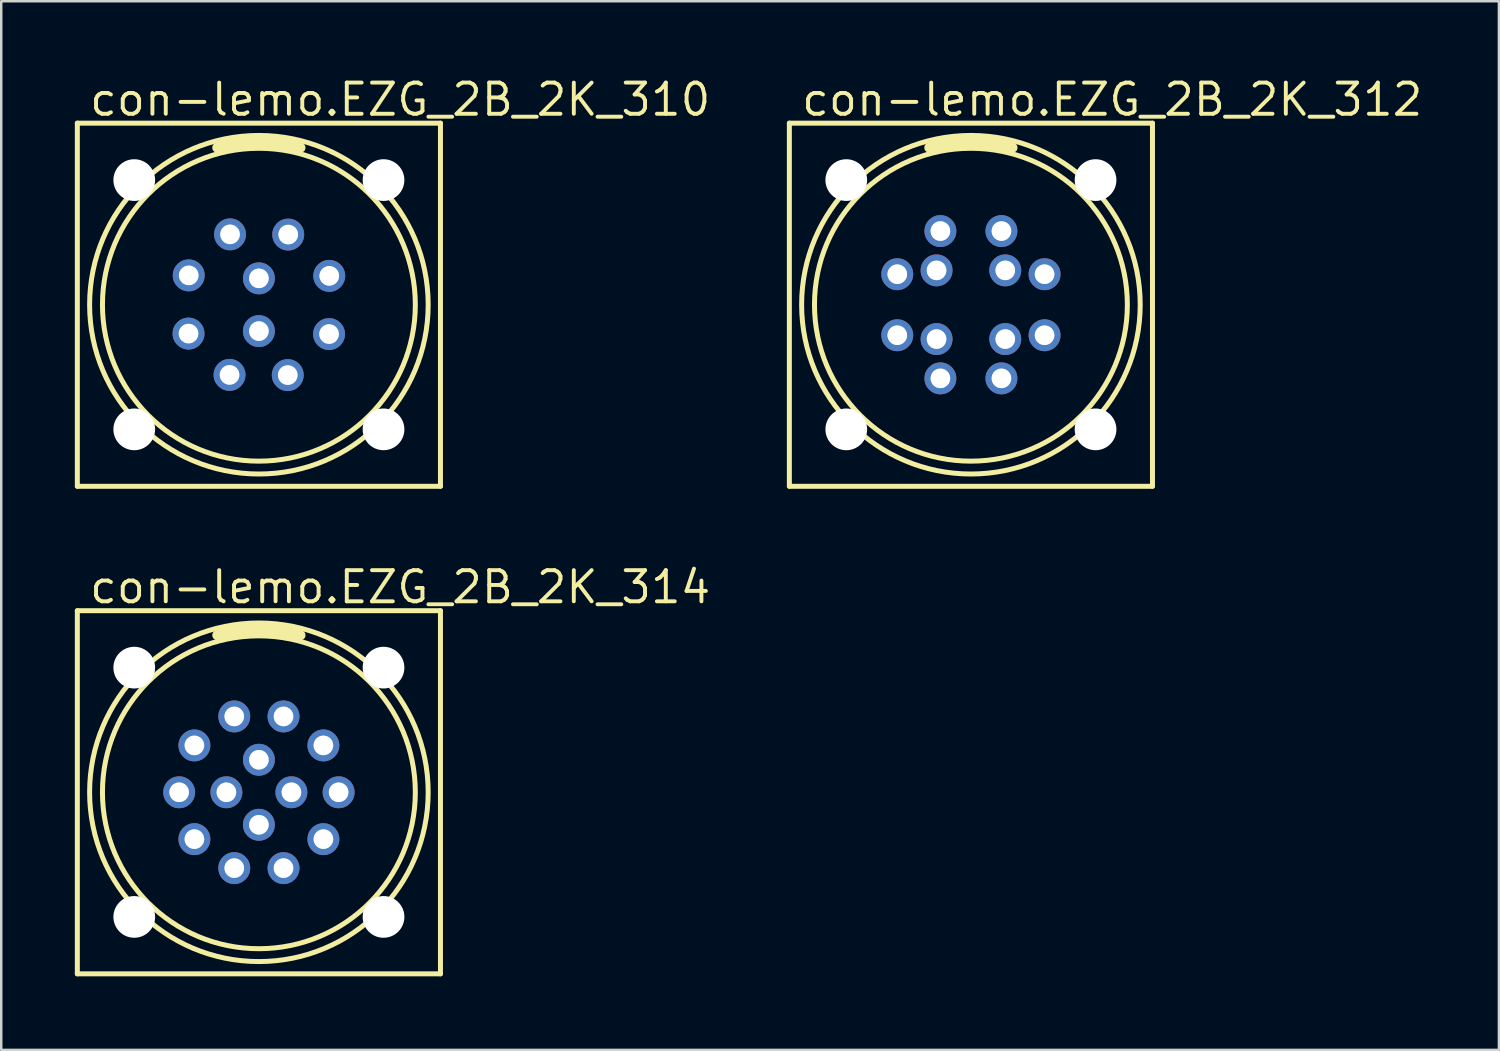
<source format=kicad_pcb>
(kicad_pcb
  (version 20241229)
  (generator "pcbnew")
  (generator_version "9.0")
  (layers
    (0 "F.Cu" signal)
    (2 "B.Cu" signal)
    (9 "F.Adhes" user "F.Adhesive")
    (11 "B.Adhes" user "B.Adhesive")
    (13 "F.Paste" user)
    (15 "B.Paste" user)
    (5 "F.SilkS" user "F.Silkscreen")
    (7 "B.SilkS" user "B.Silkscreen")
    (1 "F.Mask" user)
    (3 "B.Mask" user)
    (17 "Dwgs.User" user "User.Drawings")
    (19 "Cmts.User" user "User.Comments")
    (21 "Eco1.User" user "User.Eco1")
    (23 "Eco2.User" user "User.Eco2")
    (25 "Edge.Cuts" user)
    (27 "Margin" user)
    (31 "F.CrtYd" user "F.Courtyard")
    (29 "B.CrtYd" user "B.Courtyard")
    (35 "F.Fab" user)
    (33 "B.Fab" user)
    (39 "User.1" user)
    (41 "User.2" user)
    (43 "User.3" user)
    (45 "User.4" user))
  (footprint "con-lemo.EZG_2B_2K_310"
    (layer "F.Cu")
    (at 7.502 9.37)
    (property "Reference" "con-lemo.EZG_2B_2K_310" (at -6.985 -7.62 0) (layer "F.SilkS") (effects (font (size 1.27 1.27) (thickness 0.16)) (justify left bottom)))
    (attr through_hole)
    (fp_line (start -7.4 -7.4) (end 7.4 -7.4) (stroke (width 0.203) (type default)) (layer "F.SilkS"))
    (fp_line (start -7.4 7.4) (end -7.4 -7.4) (stroke (width 0.203) (type default)) (layer "F.SilkS"))
    (fp_line (start 7.4 -7.4) (end 7.4 7.4) (stroke (width 0.203) (type default)) (layer "F.SilkS"))
    (fp_line (start 7.4 7.4) (end -7.4 7.4) (stroke (width 0.203) (type default)) (layer "F.SilkS"))
    (fp_arc (start -1.7 -6.4) (mid 0 -6.650475) (end 1.7 -6.4) (stroke (width 0.4) (type default)) (layer "F.SilkS"))
    (fp_circle (center 0 0) (end 6.376 0) (stroke (width 0.203) (type default)) (fill no) (layer "F.SilkS"))
    (fp_circle (center 0 0) (end 6.9 0) (stroke (width 0.203) (type default)) (fill no) (layer "F.SilkS"))
    (fp_circle (center -2.868 1.176) (end -2.57 1.176) (stroke (width 0.203) (type default)) (fill no) (layer "F.Fab"))
    (fp_circle (center -2.86 -1.196) (end -2.561 -1.196) (stroke (width 0.203) (type default)) (fill no) (layer "F.Fab"))
    (fp_circle (center -1.196 2.86) (end -0.898 2.86) (stroke (width 0.203) (type default)) (fill no) (layer "F.Fab"))
    (fp_circle (center -1.176 -2.868) (end -0.878 -2.868) (stroke (width 0.203) (type default)) (fill no) (layer "F.Fab"))
    (fp_circle (center 0 -1.075) (end 0.298 -1.075) (stroke (width 0.203) (type default)) (fill no) (layer "F.Fab"))
    (fp_circle (center 0 1.075) (end 0.298 1.075) (stroke (width 0.203) (type default)) (fill no) (layer "F.Fab"))
    (fp_circle (center 1.176 2.868) (end 1.475 2.868) (stroke (width 0.203) (type default)) (fill no) (layer "F.Fab"))
    (fp_circle (center 1.196 -2.86) (end 1.495 -2.86) (stroke (width 0.203) (type default)) (fill no) (layer "F.Fab"))
    (fp_circle (center 2.86 1.196) (end 3.158 1.196) (stroke (width 0.203) (type default)) (fill no) (layer "F.Fab"))
    (fp_circle (center 2.868 -1.176) (end 3.167 -1.176) (stroke (width 0.203) (type default)) (fill no) (layer "F.Fab"))
    (pad "" np_thru_hole circle (at -5.08 -5.08) (size 1.7 1.7) (drill 1.7) (layers "*.Cu" "*.Mask"))
    (pad "" np_thru_hole circle (at -5.08 5.08) (size 1.7 1.7) (drill 1.7) (layers "*.Cu" "*.Mask"))
    (pad "" np_thru_hole circle (at 5.08 -5.08) (size 1.7 1.7) (drill 1.7) (layers "*.Cu" "*.Mask"))
    (pad "" np_thru_hole circle (at 5.08 5.08) (size 1.7 1.7) (drill 1.7) (layers "*.Cu" "*.Mask"))
    (pad "1" thru_hole circle (at -1.176 -2.868 112.3) (size 1.3 1.3) (drill 0.8) (layers "*.Cu" "*.Mask"))
    (pad "2" thru_hole circle (at -2.86 -1.196 157.3) (size 1.3 1.3) (drill 0.8) (layers "*.Cu" "*.Mask"))
    (pad "3" thru_hole circle (at -2.868 1.176 202.3) (size 1.3 1.3) (drill 0.8) (layers "*.Cu" "*.Mask"))
    (pad "4" thru_hole circle (at -1.196 2.86 247.3) (size 1.3 1.3) (drill 0.8) (layers "*.Cu" "*.Mask"))
    (pad "5" thru_hole circle (at 1.176 2.868 292.3) (size 1.3 1.3) (drill 0.8) (layers "*.Cu" "*.Mask"))
    (pad "6" thru_hole circle (at 2.86 1.196 337.3) (size 1.3 1.3) (drill 0.8) (layers "*.Cu" "*.Mask"))
    (pad "7" thru_hole circle (at 2.868 -1.176 22.3) (size 1.3 1.3) (drill 0.8) (layers "*.Cu" "*.Mask"))
    (pad "8" thru_hole circle (at 1.196 -2.86 67.3) (size 1.3 1.3) (drill 0.8) (layers "*.Cu" "*.Mask"))
    (pad "9" thru_hole circle (at 0 -1.075 22.3) (size 1.3 1.3) (drill 0.8) (layers "*.Cu" "*.Mask"))
    (pad "10" thru_hole circle (at 0 1.075 22.3) (size 1.3 1.3) (drill 0.8) (layers "*.Cu" "*.Mask")))
  (footprint "con-lemo.EZG_2B_2K_312"
    (layer "F.Cu")
    (at 36.523 9.37)
    (property "Reference" "con-lemo.EZG_2B_2K_312" (at -6.985 -7.62 0) (layer "F.SilkS") (effects (font (size 1.27 1.27) (thickness 0.16)) (justify left bottom)))
    (attr through_hole)
    (fp_line (start -7.4 -7.4) (end 7.4 -7.4) (stroke (width 0.203) (type default)) (layer "F.SilkS"))
    (fp_line (start -7.4 7.4) (end -7.4 -7.4) (stroke (width 0.203) (type default)) (layer "F.SilkS"))
    (fp_line (start 7.4 -7.4) (end 7.4 7.4) (stroke (width 0.203) (type default)) (layer "F.SilkS"))
    (fp_line (start 7.4 7.4) (end -7.4 7.4) (stroke (width 0.203) (type default)) (layer "F.SilkS"))
    (fp_arc (start -1.7 -6.4) (mid 0 -6.650475) (end 1.7 -6.4) (stroke (width 0.4) (type default)) (layer "F.SilkS"))
    (fp_circle (center 0 0) (end 6.376 0) (stroke (width 0.203) (type default)) (fill no) (layer "F.SilkS"))
    (fp_circle (center 0 0) (end 6.9 0) (stroke (width 0.203) (type default)) (fill no) (layer "F.SilkS"))
    (fp_circle (center -3.002 -1.244) (end -2.704 -1.244) (stroke (width 0.203) (type default)) (fill no) (layer "F.Fab"))
    (fp_circle (center -3.002 1.244) (end -2.704 1.244) (stroke (width 0.203) (type default)) (fill no) (layer "F.Fab"))
    (fp_circle (center -1.4 -1.4) (end -1.102 -1.4) (stroke (width 0.203) (type default)) (fill no) (layer "F.Fab"))
    (fp_circle (center -1.4 1.4) (end -1.102 1.4) (stroke (width 0.203) (type default)) (fill no) (layer "F.Fab"))
    (fp_circle (center -1.244 3.002) (end -0.945 3.002) (stroke (width 0.203) (type default)) (fill no) (layer "F.Fab"))
    (fp_circle (center -1.244 -3.002) (end -0.945 -3.002) (stroke (width 0.203) (type default)) (fill no) (layer "F.Fab"))
    (fp_circle (center 1.244 3.002) (end 1.542 3.002) (stroke (width 0.203) (type default)) (fill no) (layer "F.Fab"))
    (fp_circle (center 1.244 -3.002) (end 1.542 -3.002) (stroke (width 0.203) (type default)) (fill no) (layer "F.Fab"))
    (fp_circle (center 1.4 -1.4) (end 1.698 -1.4) (stroke (width 0.203) (type default)) (fill no) (layer "F.Fab"))
    (fp_circle (center 1.4 1.4) (end 1.698 1.4) (stroke (width 0.203) (type default)) (fill no) (layer "F.Fab"))
    (fp_circle (center 3.002 -1.244) (end 3.301 -1.244) (stroke (width 0.203) (type default)) (fill no) (layer "F.Fab"))
    (fp_circle (center 3.002 1.244) (end 3.301 1.244) (stroke (width 0.203) (type default)) (fill no) (layer "F.Fab"))
    (pad "" np_thru_hole circle (at -5.08 -5.08) (size 1.7 1.7) (drill 1.7) (layers "*.Cu" "*.Mask"))
    (pad "" np_thru_hole circle (at -5.08 5.08) (size 1.7 1.7) (drill 1.7) (layers "*.Cu" "*.Mask"))
    (pad "" np_thru_hole circle (at 5.08 -5.08) (size 1.7 1.7) (drill 1.7) (layers "*.Cu" "*.Mask"))
    (pad "" np_thru_hole circle (at 5.08 5.08) (size 1.7 1.7) (drill 1.7) (layers "*.Cu" "*.Mask"))
    (pad "1" thru_hole circle (at -1.244 -3.002 112.5) (size 1.3 1.3) (drill 0.8) (layers "*.Cu" "*.Mask"))
    (pad "2" thru_hole circle (at -3.002 -1.244 157.5) (size 1.3 1.3) (drill 0.8) (layers "*.Cu" "*.Mask"))
    (pad "3" thru_hole circle (at -3.002 1.244 202.5) (size 1.3 1.3) (drill 0.8) (layers "*.Cu" "*.Mask"))
    (pad "4" thru_hole circle (at -1.244 3.002 247.5) (size 1.3 1.3) (drill 0.8) (layers "*.Cu" "*.Mask"))
    (pad "5" thru_hole circle (at 1.244 3.002 292.5) (size 1.3 1.3) (drill 0.8) (layers "*.Cu" "*.Mask"))
    (pad "6" thru_hole circle (at 3.002 1.244 337.5) (size 1.3 1.3) (drill 0.8) (layers "*.Cu" "*.Mask"))
    (pad "7" thru_hole circle (at 3.002 -1.244 22.5) (size 1.3 1.3) (drill 0.8) (layers "*.Cu" "*.Mask"))
    (pad "8" thru_hole circle (at 1.244 -3.002 67.5) (size 1.3 1.3) (drill 0.8) (layers "*.Cu" "*.Mask"))
    (pad "9" thru_hole circle (at -1.4 -1.4 67.5) (size 1.3 1.3) (drill 0.8) (layers "*.Cu" "*.Mask"))
    (pad "10" thru_hole circle (at -1.4 1.4 67.5) (size 1.3 1.3) (drill 0.8) (layers "*.Cu" "*.Mask"))
    (pad "11" thru_hole circle (at 1.4 1.4 67.5) (size 1.3 1.3) (drill 0.8) (layers "*.Cu" "*.Mask"))
    (pad "12" thru_hole circle (at 1.4 -1.4 67.5) (size 1.3 1.3) (drill 0.8) (layers "*.Cu" "*.Mask")))
  (footprint "con-lemo.EZG_2B_2K_314"
    (layer "F.Cu")
    (at 7.502 29.242)
    (property "Reference" "con-lemo.EZG_2B_2K_314" (at -6.985 -7.62 0) (layer "F.SilkS") (effects (font (size 1.27 1.27) (thickness 0.16)) (justify left bottom)))
    (attr through_hole)
    (fp_line (start -7.4 -7.4) (end 7.4 -7.4) (stroke (width 0.203) (type default)) (layer "F.SilkS"))
    (fp_line (start -7.4 7.4) (end -7.4 -7.4) (stroke (width 0.203) (type default)) (layer "F.SilkS"))
    (fp_line (start 7.4 -7.4) (end 7.4 7.4) (stroke (width 0.203) (type default)) (layer "F.SilkS"))
    (fp_line (start 7.4 7.4) (end -7.4 7.4) (stroke (width 0.203) (type default)) (layer "F.SilkS"))
    (fp_arc (start -1.7 -6.4) (mid 0 -6.650475) (end 1.7 -6.4) (stroke (width 0.4) (type default)) (layer "F.SilkS"))
    (fp_circle (center 0 0) (end 6.376 0) (stroke (width 0.203) (type default)) (fill no) (layer "F.SilkS"))
    (fp_circle (center 0 0) (end 6.9 0) (stroke (width 0.203) (type default)) (fill no) (layer "F.SilkS"))
    (fp_circle (center -3.25 0) (end -2.951 0) (stroke (width 0.203) (type default)) (fill no) (layer "F.Fab"))
    (fp_circle (center -2.629 -1.91) (end -2.331 -1.91) (stroke (width 0.203) (type default)) (fill no) (layer "F.Fab"))
    (fp_circle (center -2.629 1.91) (end -2.331 1.91) (stroke (width 0.203) (type default)) (fill no) (layer "F.Fab"))
    (fp_circle (center -1.325 0) (end -1.027 0) (stroke (width 0.203) (type default)) (fill no) (layer "F.Fab"))
    (fp_circle (center -1.004 -3.091) (end -0.706 -3.091) (stroke (width 0.203) (type default)) (fill no) (layer "F.Fab"))
    (fp_circle (center -1.004 3.091) (end -0.706 3.091) (stroke (width 0.203) (type default)) (fill no) (layer "F.Fab"))
    (fp_circle (center 0 -1.325) (end 0.298 -1.325) (stroke (width 0.203) (type default)) (fill no) (layer "F.Fab"))
    (fp_circle (center 0 1.325) (end 0.298 1.325) (stroke (width 0.203) (type default)) (fill no) (layer "F.Fab"))
    (fp_circle (center 1.004 -3.091) (end 1.303 -3.091) (stroke (width 0.203) (type default)) (fill no) (layer "F.Fab"))
    (fp_circle (center 1.004 3.091) (end 1.303 3.091) (stroke (width 0.203) (type default)) (fill no) (layer "F.Fab"))
    (fp_circle (center 1.325 0) (end 1.623 0) (stroke (width 0.203) (type default)) (fill no) (layer "F.Fab"))
    (fp_circle (center 2.629 -1.91) (end 2.928 -1.91) (stroke (width 0.203) (type default)) (fill no) (layer "F.Fab"))
    (fp_circle (center 2.629 1.91) (end 2.928 1.91) (stroke (width 0.203) (type default)) (fill no) (layer "F.Fab"))
    (fp_circle (center 3.25 0) (end 3.548 0) (stroke (width 0.203) (type default)) (fill no) (layer "F.Fab"))
    (pad "" np_thru_hole circle (at -5.08 -5.08) (size 1.7 1.7) (drill 1.7) (layers "*.Cu" "*.Mask"))
    (pad "" np_thru_hole circle (at -5.08 5.08) (size 1.7 1.7) (drill 1.7) (layers "*.Cu" "*.Mask"))
    (pad "" np_thru_hole circle (at 5.08 -5.08) (size 1.7 1.7) (drill 1.7) (layers "*.Cu" "*.Mask"))
    (pad "" np_thru_hole circle (at 5.08 5.08) (size 1.7 1.7) (drill 1.7) (layers "*.Cu" "*.Mask"))
    (pad "1" thru_hole circle (at -1.004 -3.091 108) (size 1.3 1.3) (drill 0.8) (layers "*.Cu" "*.Mask"))
    (pad "2" thru_hole circle (at -2.629 -1.91 144) (size 1.3 1.3) (drill 0.8) (layers "*.Cu" "*.Mask"))
    (pad "3" thru_hole circle (at -3.25 0 180) (size 1.3 1.3) (drill 0.8) (layers "*.Cu" "*.Mask"))
    (pad "4" thru_hole circle (at -2.629 1.91 216) (size 1.3 1.3) (drill 0.8) (layers "*.Cu" "*.Mask"))
    (pad "5" thru_hole circle (at -1.004 3.091 252) (size 1.3 1.3) (drill 0.8) (layers "*.Cu" "*.Mask"))
    (pad "6" thru_hole circle (at 1.004 3.091 288) (size 1.3 1.3) (drill 0.8) (layers "*.Cu" "*.Mask"))
    (pad "7" thru_hole circle (at 2.629 1.91 324) (size 1.3 1.3) (drill 0.8) (layers "*.Cu" "*.Mask"))
    (pad "8" thru_hole circle (at 3.25 0) (size 1.3 1.3) (drill 0.8) (layers "*.Cu" "*.Mask"))
    (pad "9" thru_hole circle (at 2.629 -1.91 36) (size 1.3 1.3) (drill 0.8) (layers "*.Cu" "*.Mask"))
    (pad "10" thru_hole circle (at 1.004 -3.091 72) (size 1.3 1.3) (drill 0.8) (layers "*.Cu" "*.Mask"))
    (pad "11" thru_hole circle (at 0 -1.325) (size 1.3 1.3) (drill 0.8) (layers "*.Cu" "*.Mask"))
    (pad "12" thru_hole circle (at -1.325 0) (size 1.3 1.3) (drill 0.8) (layers "*.Cu" "*.Mask"))
    (pad "13" thru_hole circle (at 0 1.325) (size 1.3 1.3) (drill 0.8) (layers "*.Cu" "*.Mask"))
    (pad "14" thru_hole circle (at 1.325 0) (size 1.3 1.3) (drill 0.8) (layers "*.Cu" "*.Mask")))
  (gr_rect
    (start -3 -3)
    (end 58.043 39.743)
    (stroke (width 0.1) (type default))
    (fill no)
    (layer "Edge.Cuts")))
</source>
